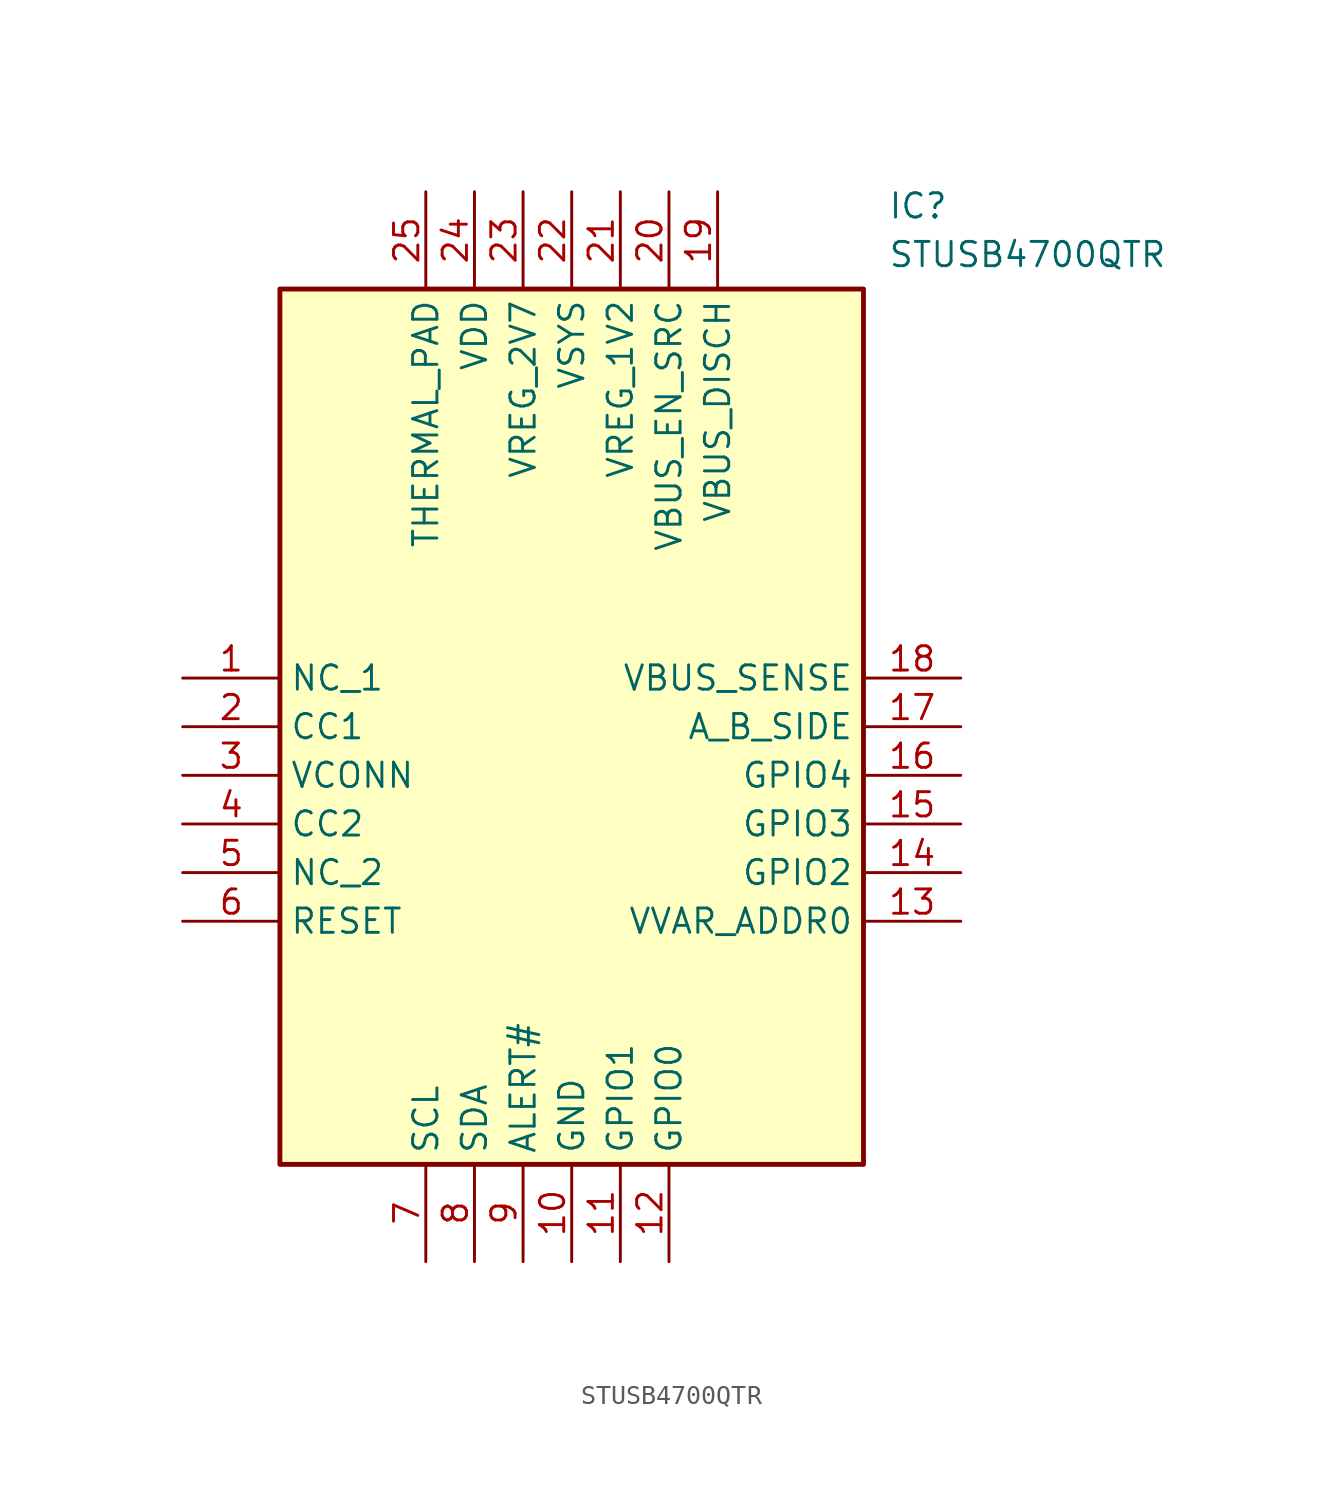
<source format=kicad_sym>
(kicad_symbol_lib
  (version 20211014)
  (generator SamacSys_ECAD_Model)
  (symbol "STUSB4700QTR"
    (property "Reference" "IC"
      (at 36.83 25.4 0)
      (effects (font (size 1.27 1.27)) (justify left top)))
    (property "Value" "STUSB4700QTR"
      (at 36.83 22.86 0)
      (effects (font (size 1.27 1.27)) (justify left top)))
    (rectangle
      (start 5.08 20.32)
      (end 35.56 -25.4)
      (stroke (width 0.254) (type default))
      (fill (type background)))
    (pin passive line
      (at 0 0 0)
      (length 5.08)
      (name "NC_1" (effects (font (size 1.27 1.27))))
      (number "1" (effects (font (size 1.27 1.27)))))
    (pin passive line
      (at 0 -2.54 0)
      (length 5.08)
      (name "CC1" (effects (font (size 1.27 1.27))))
      (number "2" (effects (font (size 1.27 1.27)))))
    (pin passive line
      (at 0 -5.08 0)
      (length 5.08)
      (name "VCONN" (effects (font (size 1.27 1.27))))
      (number "3" (effects (font (size 1.27 1.27)))))
    (pin passive line
      (at 0 -7.62 0)
      (length 5.08)
      (name "CC2" (effects (font (size 1.27 1.27))))
      (number "4" (effects (font (size 1.27 1.27)))))
    (pin passive line
      (at 0 -10.16 0)
      (length 5.08)
      (name "NC_2" (effects (font (size 1.27 1.27))))
      (number "5" (effects (font (size 1.27 1.27)))))
    (pin passive line
      (at 0 -12.7 0)
      (length 5.08)
      (name "RESET" (effects (font (size 1.27 1.27))))
      (number "6" (effects (font (size 1.27 1.27)))))
    (pin passive line
      (at 12.7 -30.48 90)
      (length 5.08)
      (name "SCL" (effects (font (size 1.27 1.27))))
      (number "7" (effects (font (size 1.27 1.27)))))
    (pin passive line
      (at 15.24 -30.48 90)
      (length 5.08)
      (name "SDA" (effects (font (size 1.27 1.27))))
      (number "8" (effects (font (size 1.27 1.27)))))
    (pin passive line
      (at 17.78 -30.48 90)
      (length 5.08)
      (name "ALERT#" (effects (font (size 1.27 1.27))))
      (number "9" (effects (font (size 1.27 1.27)))))
    (pin passive line
      (at 20.32 -30.48 90)
      (length 5.08)
      (name "GND" (effects (font (size 1.27 1.27))))
      (number "10" (effects (font (size 1.27 1.27)))))
    (pin passive line
      (at 22.86 -30.48 90)
      (length 5.08)
      (name "GPIO1" (effects (font (size 1.27 1.27))))
      (number "11" (effects (font (size 1.27 1.27)))))
    (pin passive line
      (at 25.4 -30.48 90)
      (length 5.08)
      (name "GPIO0" (effects (font (size 1.27 1.27))))
      (number "12" (effects (font (size 1.27 1.27)))))
    (pin passive line
      (at 40.64 0 180)
      (length 5.08)
      (name "VBUS_SENSE" (effects (font (size 1.27 1.27))))
      (number "18" (effects (font (size 1.27 1.27)))))
    (pin passive line
      (at 40.64 -2.54 180)
      (length 5.08)
      (name "A_B_SIDE" (effects (font (size 1.27 1.27))))
      (number "17" (effects (font (size 1.27 1.27)))))
    (pin passive line
      (at 40.64 -5.08 180)
      (length 5.08)
      (name "GPIO4" (effects (font (size 1.27 1.27))))
      (number "16" (effects (font (size 1.27 1.27)))))
    (pin passive line
      (at 40.64 -7.62 180)
      (length 5.08)
      (name "GPIO3" (effects (font (size 1.27 1.27))))
      (number "15" (effects (font (size 1.27 1.27)))))
    (pin passive line
      (at 40.64 -10.16 180)
      (length 5.08)
      (name "GPIO2" (effects (font (size 1.27 1.27))))
      (number "14" (effects (font (size 1.27 1.27)))))
    (pin passive line
      (at 40.64 -12.7 180)
      (length 5.08)
      (name "VVAR_ADDR0" (effects (font (size 1.27 1.27))))
      (number "13" (effects (font (size 1.27 1.27)))))
    (pin passive line
      (at 12.7 25.4 270)
      (length 5.08)
      (name "THERMAL_PAD" (effects (font (size 1.27 1.27))))
      (number "25" (effects (font (size 1.27 1.27)))))
    (pin passive line
      (at 15.24 25.4 270)
      (length 5.08)
      (name "VDD" (effects (font (size 1.27 1.27))))
      (number "24" (effects (font (size 1.27 1.27)))))
    (pin passive line
      (at 17.78 25.4 270)
      (length 5.08)
      (name "VREG_2V7" (effects (font (size 1.27 1.27))))
      (number "23" (effects (font (size 1.27 1.27)))))
    (pin passive line
      (at 20.32 25.4 270)
      (length 5.08)
      (name "VSYS" (effects (font (size 1.27 1.27))))
      (number "22" (effects (font (size 1.27 1.27)))))
    (pin passive line
      (at 22.86 25.4 270)
      (length 5.08)
      (name "VREG_1V2" (effects (font (size 1.27 1.27))))
      (number "21" (effects (font (size 1.27 1.27)))))
    (pin passive line
      (at 25.4 25.4 270)
      (length 5.08)
      (name "VBUS_EN_SRC" (effects (font (size 1.27 1.27))))
      (number "20" (effects (font (size 1.27 1.27)))))
    (pin passive line
      (at 27.94 25.4 270)
      (length 5.08)
      (name "VBUS_DISCH" (effects (font (size 1.27 1.27))))
      (number "19" (effects (font (size 1.27 1.27)))))))
</source>
